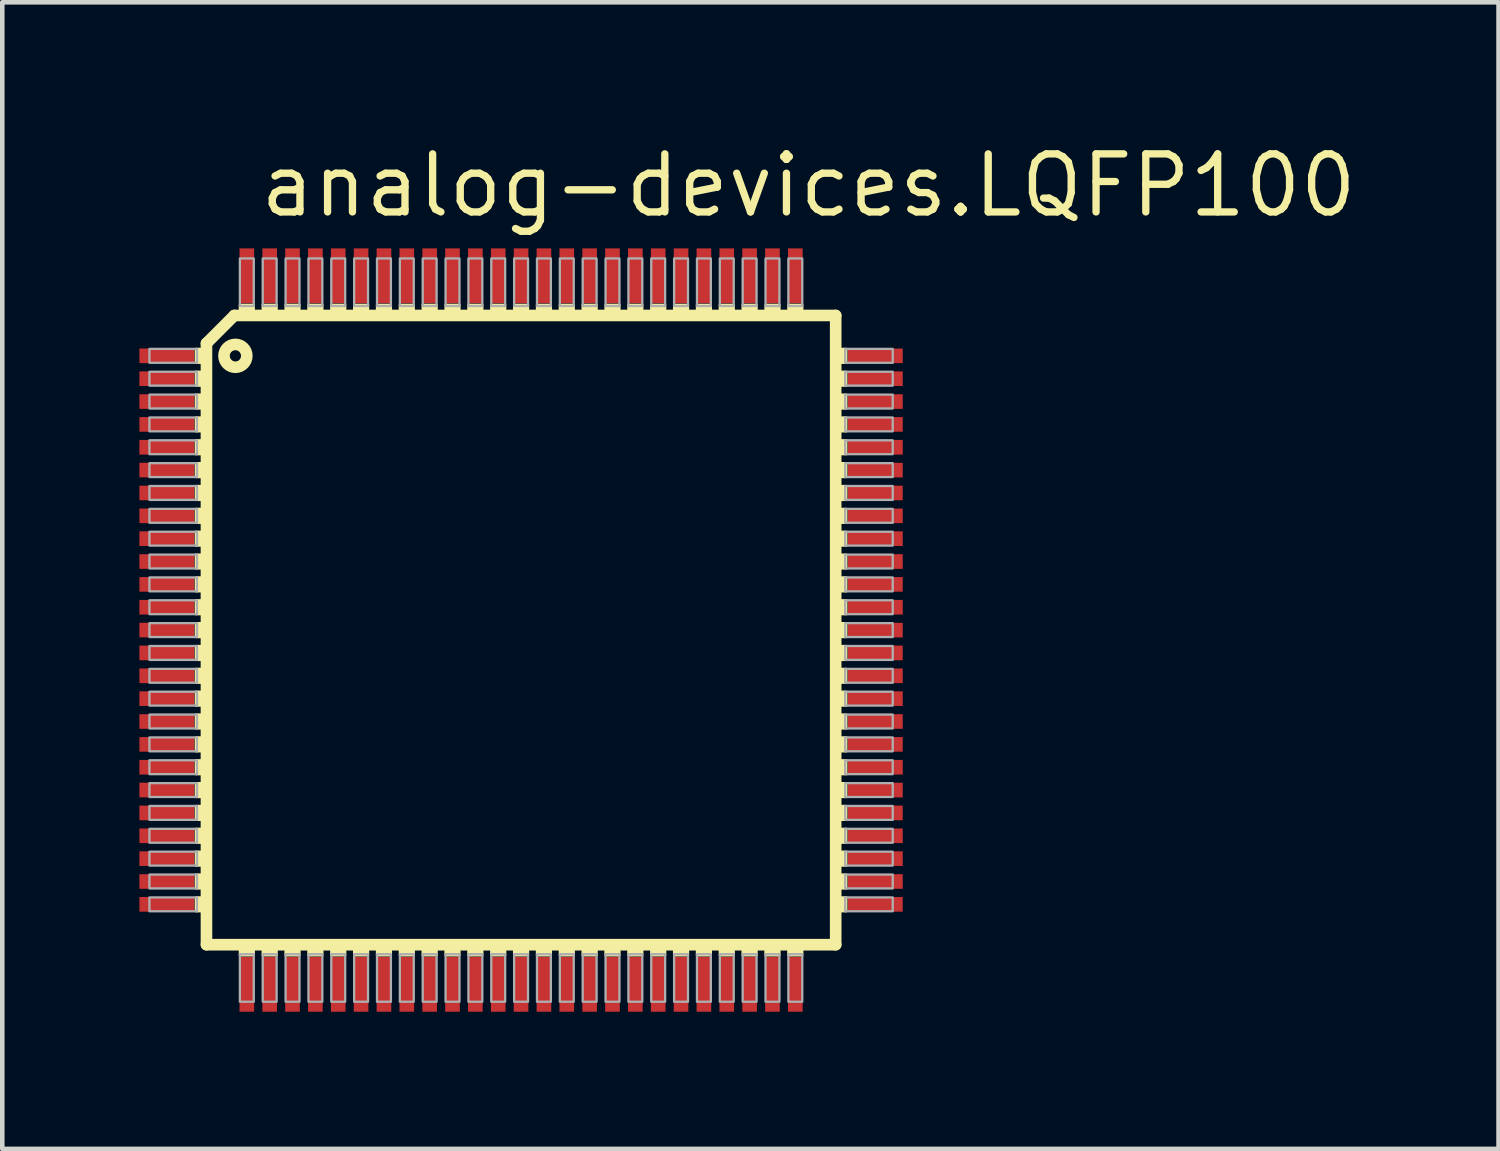
<source format=kicad_pcb>
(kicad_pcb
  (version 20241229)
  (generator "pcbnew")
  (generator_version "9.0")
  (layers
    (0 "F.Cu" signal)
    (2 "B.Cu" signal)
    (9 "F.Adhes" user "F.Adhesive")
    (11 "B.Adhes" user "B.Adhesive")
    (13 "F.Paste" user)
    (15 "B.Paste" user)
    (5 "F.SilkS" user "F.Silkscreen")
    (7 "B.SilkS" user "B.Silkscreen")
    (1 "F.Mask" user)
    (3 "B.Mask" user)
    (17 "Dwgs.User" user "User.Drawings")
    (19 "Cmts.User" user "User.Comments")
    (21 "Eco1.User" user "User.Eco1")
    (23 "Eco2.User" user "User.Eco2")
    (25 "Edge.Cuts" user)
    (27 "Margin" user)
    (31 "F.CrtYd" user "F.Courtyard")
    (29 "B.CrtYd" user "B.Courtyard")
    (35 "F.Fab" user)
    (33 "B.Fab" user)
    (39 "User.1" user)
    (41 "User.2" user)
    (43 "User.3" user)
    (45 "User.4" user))
  (footprint "analog-devices.LQFP100"
    (layer "F.Cu")
    (at 8.35 10.735)
    (property "Reference" "analog-devices.LQFP100" (at -5.79 -8.985 0) (layer "F.SilkS") (effects (font (size 1.27 1.27) (thickness 0.16)) (justify left bottom)))
    (attr smd)
    (fp_line (start -6.883 -6.274) (end -6.274 -6.883) (stroke (width 0.254) (type default)) (layer "F.SilkS"))
    (fp_line (start -6.883 6.883) (end -6.883 -6.274) (stroke (width 0.254) (type default)) (layer "F.SilkS"))
    (fp_line (start -6.274 -6.883) (end 6.883 -6.883) (stroke (width 0.254) (type default)) (layer "F.SilkS"))
    (fp_line (start 6.883 -6.883) (end 6.883 6.883) (stroke (width 0.254) (type default)) (layer "F.SilkS"))
    (fp_line (start 6.883 6.883) (end -6.883 6.883) (stroke (width 0.254) (type default)) (layer "F.SilkS"))
    (fp_rect (start -7.115 -5.848) (end -6.861 -6.152) (stroke (width 0.05) (type default)) (fill yes) (layer "F.SilkS"))
    (fp_rect (start -7.115 -5.348) (end -6.861 -5.652) (stroke (width 0.05) (type default)) (fill yes) (layer "F.SilkS"))
    (fp_rect (start -7.115 -4.848) (end -6.861 -5.152) (stroke (width 0.05) (type default)) (fill yes) (layer "F.SilkS"))
    (fp_rect (start -7.115 -4.348) (end -6.861 -4.652) (stroke (width 0.05) (type default)) (fill yes) (layer "F.SilkS"))
    (fp_rect (start -7.115 -3.848) (end -6.861 -4.152) (stroke (width 0.05) (type default)) (fill yes) (layer "F.SilkS"))
    (fp_rect (start -7.115 -3.348) (end -6.861 -3.652) (stroke (width 0.05) (type default)) (fill yes) (layer "F.SilkS"))
    (fp_rect (start -7.115 -2.848) (end -6.861 -3.152) (stroke (width 0.05) (type default)) (fill yes) (layer "F.SilkS"))
    (fp_rect (start -7.115 -2.348) (end -6.861 -2.652) (stroke (width 0.05) (type default)) (fill yes) (layer "F.SilkS"))
    (fp_rect (start -7.115 -1.848) (end -6.861 -2.152) (stroke (width 0.05) (type default)) (fill yes) (layer "F.SilkS"))
    (fp_rect (start -7.115 -1.348) (end -6.861 -1.652) (stroke (width 0.05) (type default)) (fill yes) (layer "F.SilkS"))
    (fp_rect (start -7.115 -0.848) (end -6.861 -1.152) (stroke (width 0.05) (type default)) (fill yes) (layer "F.SilkS"))
    (fp_rect (start -7.115 -0.348) (end -6.861 -0.652) (stroke (width 0.05) (type default)) (fill yes) (layer "F.SilkS"))
    (fp_rect (start -7.115 0.152) (end -6.861 -0.152) (stroke (width 0.05) (type default)) (fill yes) (layer "F.SilkS"))
    (fp_rect (start -7.115 0.652) (end -6.861 0.348) (stroke (width 0.05) (type default)) (fill yes) (layer "F.SilkS"))
    (fp_rect (start -7.115 1.152) (end -6.861 0.848) (stroke (width 0.05) (type default)) (fill yes) (layer "F.SilkS"))
    (fp_rect (start -7.115 1.652) (end -6.861 1.348) (stroke (width 0.05) (type default)) (fill yes) (layer "F.SilkS"))
    (fp_rect (start -7.115 2.152) (end -6.861 1.848) (stroke (width 0.05) (type default)) (fill yes) (layer "F.SilkS"))
    (fp_rect (start -7.115 2.652) (end -6.861 2.348) (stroke (width 0.05) (type default)) (fill yes) (layer "F.SilkS"))
    (fp_rect (start -7.115 3.152) (end -6.861 2.848) (stroke (width 0.05) (type default)) (fill yes) (layer "F.SilkS"))
    (fp_rect (start -7.115 3.652) (end -6.861 3.348) (stroke (width 0.05) (type default)) (fill yes) (layer "F.SilkS"))
    (fp_rect (start -7.115 4.152) (end -6.861 3.848) (stroke (width 0.05) (type default)) (fill yes) (layer "F.SilkS"))
    (fp_rect (start -7.115 4.652) (end -6.861 4.348) (stroke (width 0.05) (type default)) (fill yes) (layer "F.SilkS"))
    (fp_rect (start -7.115 5.152) (end -6.861 4.848) (stroke (width 0.05) (type default)) (fill yes) (layer "F.SilkS"))
    (fp_rect (start -7.115 5.652) (end -6.861 5.348) (stroke (width 0.05) (type default)) (fill yes) (layer "F.SilkS"))
    (fp_rect (start -7.115 6.152) (end -6.861 5.848) (stroke (width 0.05) (type default)) (fill yes) (layer "F.SilkS"))
    (fp_rect (start -6.152 -6.861) (end -5.848 -7.115) (stroke (width 0.05) (type default)) (fill yes) (layer "F.SilkS"))
    (fp_rect (start -6.152 7.115) (end -5.848 6.861) (stroke (width 0.05) (type default)) (fill yes) (layer "F.SilkS"))
    (fp_rect (start -5.652 -6.861) (end -5.348 -7.115) (stroke (width 0.05) (type default)) (fill yes) (layer "F.SilkS"))
    (fp_rect (start -5.652 7.115) (end -5.348 6.861) (stroke (width 0.05) (type default)) (fill yes) (layer "F.SilkS"))
    (fp_rect (start -5.152 -6.861) (end -4.848 -7.115) (stroke (width 0.05) (type default)) (fill yes) (layer "F.SilkS"))
    (fp_rect (start -5.152 7.115) (end -4.848 6.861) (stroke (width 0.05) (type default)) (fill yes) (layer "F.SilkS"))
    (fp_rect (start -4.652 -6.861) (end -4.348 -7.115) (stroke (width 0.05) (type default)) (fill yes) (layer "F.SilkS"))
    (fp_rect (start -4.652 7.115) (end -4.348 6.861) (stroke (width 0.05) (type default)) (fill yes) (layer "F.SilkS"))
    (fp_rect (start -4.152 -6.861) (end -3.848 -7.115) (stroke (width 0.05) (type default)) (fill yes) (layer "F.SilkS"))
    (fp_rect (start -4.152 7.115) (end -3.848 6.861) (stroke (width 0.05) (type default)) (fill yes) (layer "F.SilkS"))
    (fp_rect (start -3.652 -6.861) (end -3.348 -7.115) (stroke (width 0.05) (type default)) (fill yes) (layer "F.SilkS"))
    (fp_rect (start -3.652 7.115) (end -3.348 6.861) (stroke (width 0.05) (type default)) (fill yes) (layer "F.SilkS"))
    (fp_rect (start -3.152 -6.861) (end -2.848 -7.115) (stroke (width 0.05) (type default)) (fill yes) (layer "F.SilkS"))
    (fp_rect (start -3.152 7.115) (end -2.848 6.861) (stroke (width 0.05) (type default)) (fill yes) (layer "F.SilkS"))
    (fp_rect (start -2.652 -6.861) (end -2.348 -7.115) (stroke (width 0.05) (type default)) (fill yes) (layer "F.SilkS"))
    (fp_rect (start -2.652 7.115) (end -2.348 6.861) (stroke (width 0.05) (type default)) (fill yes) (layer "F.SilkS"))
    (fp_rect (start -2.152 -6.861) (end -1.848 -7.115) (stroke (width 0.05) (type default)) (fill yes) (layer "F.SilkS"))
    (fp_rect (start -2.152 7.115) (end -1.848 6.861) (stroke (width 0.05) (type default)) (fill yes) (layer "F.SilkS"))
    (fp_rect (start -1.652 -6.861) (end -1.348 -7.115) (stroke (width 0.05) (type default)) (fill yes) (layer "F.SilkS"))
    (fp_rect (start -1.652 7.115) (end -1.348 6.861) (stroke (width 0.05) (type default)) (fill yes) (layer "F.SilkS"))
    (fp_rect (start -1.152 -6.861) (end -0.848 -7.115) (stroke (width 0.05) (type default)) (fill yes) (layer "F.SilkS"))
    (fp_rect (start -1.152 7.115) (end -0.848 6.861) (stroke (width 0.05) (type default)) (fill yes) (layer "F.SilkS"))
    (fp_rect (start -0.652 -6.861) (end -0.348 -7.115) (stroke (width 0.05) (type default)) (fill yes) (layer "F.SilkS"))
    (fp_rect (start -0.652 7.115) (end -0.348 6.861) (stroke (width 0.05) (type default)) (fill yes) (layer "F.SilkS"))
    (fp_rect (start -0.152 -6.861) (end 0.152 -7.115) (stroke (width 0.05) (type default)) (fill yes) (layer "F.SilkS"))
    (fp_rect (start -0.152 7.115) (end 0.152 6.861) (stroke (width 0.05) (type default)) (fill yes) (layer "F.SilkS"))
    (fp_rect (start 0.348 -6.861) (end 0.652 -7.115) (stroke (width 0.05) (type default)) (fill yes) (layer "F.SilkS"))
    (fp_rect (start 0.348 7.115) (end 0.652 6.861) (stroke (width 0.05) (type default)) (fill yes) (layer "F.SilkS"))
    (fp_rect (start 0.848 -6.861) (end 1.152 -7.115) (stroke (width 0.05) (type default)) (fill yes) (layer "F.SilkS"))
    (fp_rect (start 0.848 7.115) (end 1.152 6.861) (stroke (width 0.05) (type default)) (fill yes) (layer "F.SilkS"))
    (fp_rect (start 1.348 -6.861) (end 1.652 -7.115) (stroke (width 0.05) (type default)) (fill yes) (layer "F.SilkS"))
    (fp_rect (start 1.348 7.115) (end 1.652 6.861) (stroke (width 0.05) (type default)) (fill yes) (layer "F.SilkS"))
    (fp_rect (start 1.848 -6.861) (end 2.152 -7.115) (stroke (width 0.05) (type default)) (fill yes) (layer "F.SilkS"))
    (fp_rect (start 1.848 7.115) (end 2.152 6.861) (stroke (width 0.05) (type default)) (fill yes) (layer "F.SilkS"))
    (fp_rect (start 2.348 -6.861) (end 2.652 -7.115) (stroke (width 0.05) (type default)) (fill yes) (layer "F.SilkS"))
    (fp_rect (start 2.348 7.115) (end 2.652 6.861) (stroke (width 0.05) (type default)) (fill yes) (layer "F.SilkS"))
    (fp_rect (start 2.848 -6.861) (end 3.152 -7.115) (stroke (width 0.05) (type default)) (fill yes) (layer "F.SilkS"))
    (fp_rect (start 2.848 7.115) (end 3.152 6.861) (stroke (width 0.05) (type default)) (fill yes) (layer "F.SilkS"))
    (fp_rect (start 3.348 -6.861) (end 3.652 -7.115) (stroke (width 0.05) (type default)) (fill yes) (layer "F.SilkS"))
    (fp_rect (start 3.348 7.115) (end 3.652 6.861) (stroke (width 0.05) (type default)) (fill yes) (layer "F.SilkS"))
    (fp_rect (start 3.848 -6.861) (end 4.152 -7.115) (stroke (width 0.05) (type default)) (fill yes) (layer "F.SilkS"))
    (fp_rect (start 3.848 7.115) (end 4.152 6.861) (stroke (width 0.05) (type default)) (fill yes) (layer "F.SilkS"))
    (fp_rect (start 4.348 -6.861) (end 4.652 -7.115) (stroke (width 0.05) (type default)) (fill yes) (layer "F.SilkS"))
    (fp_rect (start 4.348 7.115) (end 4.652 6.861) (stroke (width 0.05) (type default)) (fill yes) (layer "F.SilkS"))
    (fp_rect (start 4.848 -6.861) (end 5.152 -7.115) (stroke (width 0.05) (type default)) (fill yes) (layer "F.SilkS"))
    (fp_rect (start 4.848 7.115) (end 5.152 6.861) (stroke (width 0.05) (type default)) (fill yes) (layer "F.SilkS"))
    (fp_rect (start 5.348 -6.861) (end 5.652 -7.115) (stroke (width 0.05) (type default)) (fill yes) (layer "F.SilkS"))
    (fp_rect (start 5.348 7.115) (end 5.652 6.861) (stroke (width 0.05) (type default)) (fill yes) (layer "F.SilkS"))
    (fp_rect (start 5.848 -6.861) (end 6.152 -7.115) (stroke (width 0.05) (type default)) (fill yes) (layer "F.SilkS"))
    (fp_rect (start 5.848 7.115) (end 6.152 6.861) (stroke (width 0.05) (type default)) (fill yes) (layer "F.SilkS"))
    (fp_rect (start 6.861 -5.848) (end 7.115 -6.152) (stroke (width 0.05) (type default)) (fill yes) (layer "F.SilkS"))
    (fp_rect (start 6.861 -5.348) (end 7.115 -5.652) (stroke (width 0.05) (type default)) (fill yes) (layer "F.SilkS"))
    (fp_rect (start 6.861 -4.848) (end 7.115 -5.152) (stroke (width 0.05) (type default)) (fill yes) (layer "F.SilkS"))
    (fp_rect (start 6.861 -4.348) (end 7.115 -4.652) (stroke (width 0.05) (type default)) (fill yes) (layer "F.SilkS"))
    (fp_rect (start 6.861 -3.848) (end 7.115 -4.152) (stroke (width 0.05) (type default)) (fill yes) (layer "F.SilkS"))
    (fp_rect (start 6.861 -3.348) (end 7.115 -3.652) (stroke (width 0.05) (type default)) (fill yes) (layer "F.SilkS"))
    (fp_rect (start 6.861 -2.848) (end 7.115 -3.152) (stroke (width 0.05) (type default)) (fill yes) (layer "F.SilkS"))
    (fp_rect (start 6.861 -2.348) (end 7.115 -2.652) (stroke (width 0.05) (type default)) (fill yes) (layer "F.SilkS"))
    (fp_rect (start 6.861 -1.848) (end 7.115 -2.152) (stroke (width 0.05) (type default)) (fill yes) (layer "F.SilkS"))
    (fp_rect (start 6.861 -1.348) (end 7.115 -1.652) (stroke (width 0.05) (type default)) (fill yes) (layer "F.SilkS"))
    (fp_rect (start 6.861 -0.848) (end 7.115 -1.152) (stroke (width 0.05) (type default)) (fill yes) (layer "F.SilkS"))
    (fp_rect (start 6.861 -0.348) (end 7.115 -0.652) (stroke (width 0.05) (type default)) (fill yes) (layer "F.SilkS"))
    (fp_rect (start 6.861 0.152) (end 7.115 -0.152) (stroke (width 0.05) (type default)) (fill yes) (layer "F.SilkS"))
    (fp_rect (start 6.861 0.652) (end 7.115 0.348) (stroke (width 0.05) (type default)) (fill yes) (layer "F.SilkS"))
    (fp_rect (start 6.861 1.152) (end 7.115 0.848) (stroke (width 0.05) (type default)) (fill yes) (layer "F.SilkS"))
    (fp_rect (start 6.861 1.652) (end 7.115 1.348) (stroke (width 0.05) (type default)) (fill yes) (layer "F.SilkS"))
    (fp_rect (start 6.861 2.152) (end 7.115 1.848) (stroke (width 0.05) (type default)) (fill yes) (layer "F.SilkS"))
    (fp_rect (start 6.861 2.652) (end 7.115 2.348) (stroke (width 0.05) (type default)) (fill yes) (layer "F.SilkS"))
    (fp_rect (start 6.861 3.152) (end 7.115 2.848) (stroke (width 0.05) (type default)) (fill yes) (layer "F.SilkS"))
    (fp_rect (start 6.861 3.652) (end 7.115 3.348) (stroke (width 0.05) (type default)) (fill yes) (layer "F.SilkS"))
    (fp_rect (start 6.861 4.152) (end 7.115 3.848) (stroke (width 0.05) (type default)) (fill yes) (layer "F.SilkS"))
    (fp_rect (start 6.861 4.652) (end 7.115 4.348) (stroke (width 0.05) (type default)) (fill yes) (layer "F.SilkS"))
    (fp_rect (start 6.861 5.152) (end 7.115 4.848) (stroke (width 0.05) (type default)) (fill yes) (layer "F.SilkS"))
    (fp_rect (start 6.861 5.652) (end 7.115 5.348) (stroke (width 0.05) (type default)) (fill yes) (layer "F.SilkS"))
    (fp_rect (start 6.861 6.152) (end 7.115 5.848) (stroke (width 0.05) (type default)) (fill yes) (layer "F.SilkS"))
    (fp_circle (center -6.25 -6) (end -6 -6) (stroke (width 0.254) (type default)) (fill no) (layer "F.SilkS"))
    (fp_rect (start -8.131 -5.848) (end -7.09 -6.152) (stroke (width 0.05) (type default)) (fill no) (layer "F.Fab"))
    (fp_rect (start -8.131 -5.348) (end -7.09 -5.652) (stroke (width 0.05) (type default)) (fill no) (layer "F.Fab"))
    (fp_rect (start -8.131 -4.848) (end -7.09 -5.152) (stroke (width 0.05) (type default)) (fill no) (layer "F.Fab"))
    (fp_rect (start -8.131 -4.348) (end -7.09 -4.652) (stroke (width 0.05) (type default)) (fill no) (layer "F.Fab"))
    (fp_rect (start -8.131 -3.848) (end -7.09 -4.152) (stroke (width 0.05) (type default)) (fill no) (layer "F.Fab"))
    (fp_rect (start -8.131 -3.348) (end -7.09 -3.652) (stroke (width 0.05) (type default)) (fill no) (layer "F.Fab"))
    (fp_rect (start -8.131 -2.848) (end -7.09 -3.152) (stroke (width 0.05) (type default)) (fill no) (layer "F.Fab"))
    (fp_rect (start -8.131 -2.348) (end -7.09 -2.652) (stroke (width 0.05) (type default)) (fill no) (layer "F.Fab"))
    (fp_rect (start -8.131 -1.848) (end -7.09 -2.152) (stroke (width 0.05) (type default)) (fill no) (layer "F.Fab"))
    (fp_rect (start -8.131 -1.348) (end -7.09 -1.652) (stroke (width 0.05) (type default)) (fill no) (layer "F.Fab"))
    (fp_rect (start -8.131 -0.848) (end -7.09 -1.152) (stroke (width 0.05) (type default)) (fill no) (layer "F.Fab"))
    (fp_rect (start -8.131 -0.348) (end -7.09 -0.652) (stroke (width 0.05) (type default)) (fill no) (layer "F.Fab"))
    (fp_rect (start -8.131 0.152) (end -7.09 -0.152) (stroke (width 0.05) (type default)) (fill no) (layer "F.Fab"))
    (fp_rect (start -8.131 0.652) (end -7.09 0.348) (stroke (width 0.05) (type default)) (fill no) (layer "F.Fab"))
    (fp_rect (start -8.131 1.152) (end -7.09 0.848) (stroke (width 0.05) (type default)) (fill no) (layer "F.Fab"))
    (fp_rect (start -8.131 1.652) (end -7.09 1.348) (stroke (width 0.05) (type default)) (fill no) (layer "F.Fab"))
    (fp_rect (start -8.131 2.152) (end -7.09 1.848) (stroke (width 0.05) (type default)) (fill no) (layer "F.Fab"))
    (fp_rect (start -8.131 2.652) (end -7.09 2.348) (stroke (width 0.05) (type default)) (fill no) (layer "F.Fab"))
    (fp_rect (start -8.131 3.152) (end -7.09 2.848) (stroke (width 0.05) (type default)) (fill no) (layer "F.Fab"))
    (fp_rect (start -8.131 3.652) (end -7.09 3.348) (stroke (width 0.05) (type default)) (fill no) (layer "F.Fab"))
    (fp_rect (start -8.131 4.152) (end -7.09 3.848) (stroke (width 0.05) (type default)) (fill no) (layer "F.Fab"))
    (fp_rect (start -8.131 4.652) (end -7.09 4.348) (stroke (width 0.05) (type default)) (fill no) (layer "F.Fab"))
    (fp_rect (start -8.131 5.152) (end -7.09 4.848) (stroke (width 0.05) (type default)) (fill no) (layer "F.Fab"))
    (fp_rect (start -8.131 5.652) (end -7.09 5.348) (stroke (width 0.05) (type default)) (fill no) (layer "F.Fab"))
    (fp_rect (start -8.131 6.152) (end -7.09 5.848) (stroke (width 0.05) (type default)) (fill no) (layer "F.Fab"))
    (fp_rect (start -6.152 -7.09) (end -5.848 -8.131) (stroke (width 0.05) (type default)) (fill no) (layer "F.Fab"))
    (fp_rect (start -6.152 8.131) (end -5.848 7.09) (stroke (width 0.05) (type default)) (fill no) (layer "F.Fab"))
    (fp_rect (start -5.652 -7.09) (end -5.348 -8.131) (stroke (width 0.05) (type default)) (fill no) (layer "F.Fab"))
    (fp_rect (start -5.652 8.131) (end -5.348 7.09) (stroke (width 0.05) (type default)) (fill no) (layer "F.Fab"))
    (fp_rect (start -5.152 -7.09) (end -4.848 -8.131) (stroke (width 0.05) (type default)) (fill no) (layer "F.Fab"))
    (fp_rect (start -5.152 8.131) (end -4.848 7.09) (stroke (width 0.05) (type default)) (fill no) (layer "F.Fab"))
    (fp_rect (start -4.652 -7.09) (end -4.348 -8.131) (stroke (width 0.05) (type default)) (fill no) (layer "F.Fab"))
    (fp_rect (start -4.652 8.131) (end -4.348 7.09) (stroke (width 0.05) (type default)) (fill no) (layer "F.Fab"))
    (fp_rect (start -4.152 -7.09) (end -3.848 -8.131) (stroke (width 0.05) (type default)) (fill no) (layer "F.Fab"))
    (fp_rect (start -4.152 8.131) (end -3.848 7.09) (stroke (width 0.05) (type default)) (fill no) (layer "F.Fab"))
    (fp_rect (start -3.652 -7.09) (end -3.348 -8.131) (stroke (width 0.05) (type default)) (fill no) (layer "F.Fab"))
    (fp_rect (start -3.652 8.131) (end -3.348 7.09) (stroke (width 0.05) (type default)) (fill no) (layer "F.Fab"))
    (fp_rect (start -3.152 -7.09) (end -2.848 -8.131) (stroke (width 0.05) (type default)) (fill no) (layer "F.Fab"))
    (fp_rect (start -3.152 8.131) (end -2.848 7.09) (stroke (width 0.05) (type default)) (fill no) (layer "F.Fab"))
    (fp_rect (start -2.652 -7.09) (end -2.348 -8.131) (stroke (width 0.05) (type default)) (fill no) (layer "F.Fab"))
    (fp_rect (start -2.652 8.131) (end -2.348 7.09) (stroke (width 0.05) (type default)) (fill no) (layer "F.Fab"))
    (fp_rect (start -2.152 -7.09) (end -1.848 -8.131) (stroke (width 0.05) (type default)) (fill no) (layer "F.Fab"))
    (fp_rect (start -2.152 8.131) (end -1.848 7.09) (stroke (width 0.05) (type default)) (fill no) (layer "F.Fab"))
    (fp_rect (start -1.652 -7.09) (end -1.348 -8.131) (stroke (width 0.05) (type default)) (fill no) (layer "F.Fab"))
    (fp_rect (start -1.652 8.131) (end -1.348 7.09) (stroke (width 0.05) (type default)) (fill no) (layer "F.Fab"))
    (fp_rect (start -1.152 -7.09) (end -0.848 -8.131) (stroke (width 0.05) (type default)) (fill no) (layer "F.Fab"))
    (fp_rect (start -1.152 8.131) (end -0.848 7.09) (stroke (width 0.05) (type default)) (fill no) (layer "F.Fab"))
    (fp_rect (start -0.652 -7.09) (end -0.348 -8.131) (stroke (width 0.05) (type default)) (fill no) (layer "F.Fab"))
    (fp_rect (start -0.652 8.131) (end -0.348 7.09) (stroke (width 0.05) (type default)) (fill no) (layer "F.Fab"))
    (fp_rect (start -0.152 -7.09) (end 0.152 -8.131) (stroke (width 0.05) (type default)) (fill no) (layer "F.Fab"))
    (fp_rect (start -0.152 8.131) (end 0.152 7.09) (stroke (width 0.05) (type default)) (fill no) (layer "F.Fab"))
    (fp_rect (start 0.348 -7.09) (end 0.652 -8.131) (stroke (width 0.05) (type default)) (fill no) (layer "F.Fab"))
    (fp_rect (start 0.348 8.131) (end 0.652 7.09) (stroke (width 0.05) (type default)) (fill no) (layer "F.Fab"))
    (fp_rect (start 0.848 -7.09) (end 1.152 -8.131) (stroke (width 0.05) (type default)) (fill no) (layer "F.Fab"))
    (fp_rect (start 0.848 8.131) (end 1.152 7.09) (stroke (width 0.05) (type default)) (fill no) (layer "F.Fab"))
    (fp_rect (start 1.348 -7.09) (end 1.652 -8.131) (stroke (width 0.05) (type default)) (fill no) (layer "F.Fab"))
    (fp_rect (start 1.348 8.131) (end 1.652 7.09) (stroke (width 0.05) (type default)) (fill no) (layer "F.Fab"))
    (fp_rect (start 1.848 -7.09) (end 2.152 -8.131) (stroke (width 0.05) (type default)) (fill no) (layer "F.Fab"))
    (fp_rect (start 1.848 8.131) (end 2.152 7.09) (stroke (width 0.05) (type default)) (fill no) (layer "F.Fab"))
    (fp_rect (start 2.348 -7.09) (end 2.652 -8.131) (stroke (width 0.05) (type default)) (fill no) (layer "F.Fab"))
    (fp_rect (start 2.348 8.131) (end 2.652 7.09) (stroke (width 0.05) (type default)) (fill no) (layer "F.Fab"))
    (fp_rect (start 2.848 -7.09) (end 3.152 -8.131) (stroke (width 0.05) (type default)) (fill no) (layer "F.Fab"))
    (fp_rect (start 2.848 8.131) (end 3.152 7.09) (stroke (width 0.05) (type default)) (fill no) (layer "F.Fab"))
    (fp_rect (start 3.348 -7.09) (end 3.652 -8.131) (stroke (width 0.05) (type default)) (fill no) (layer "F.Fab"))
    (fp_rect (start 3.348 8.131) (end 3.652 7.09) (stroke (width 0.05) (type default)) (fill no) (layer "F.Fab"))
    (fp_rect (start 3.848 -7.09) (end 4.152 -8.131) (stroke (width 0.05) (type default)) (fill no) (layer "F.Fab"))
    (fp_rect (start 3.848 8.131) (end 4.152 7.09) (stroke (width 0.05) (type default)) (fill no) (layer "F.Fab"))
    (fp_rect (start 4.348 -7.09) (end 4.652 -8.131) (stroke (width 0.05) (type default)) (fill no) (layer "F.Fab"))
    (fp_rect (start 4.348 8.131) (end 4.652 7.09) (stroke (width 0.05) (type default)) (fill no) (layer "F.Fab"))
    (fp_rect (start 4.848 -7.09) (end 5.152 -8.131) (stroke (width 0.05) (type default)) (fill no) (layer "F.Fab"))
    (fp_rect (start 4.848 8.131) (end 5.152 7.09) (stroke (width 0.05) (type default)) (fill no) (layer "F.Fab"))
    (fp_rect (start 5.348 -7.09) (end 5.652 -8.131) (stroke (width 0.05) (type default)) (fill no) (layer "F.Fab"))
    (fp_rect (start 5.348 8.131) (end 5.652 7.09) (stroke (width 0.05) (type default)) (fill no) (layer "F.Fab"))
    (fp_rect (start 5.848 -7.09) (end 6.152 -8.131) (stroke (width 0.05) (type default)) (fill no) (layer "F.Fab"))
    (fp_rect (start 5.848 8.131) (end 6.152 7.09) (stroke (width 0.05) (type default)) (fill no) (layer "F.Fab"))
    (fp_rect (start 7.09 -5.848) (end 8.131 -6.152) (stroke (width 0.05) (type default)) (fill no) (layer "F.Fab"))
    (fp_rect (start 7.09 -5.348) (end 8.131 -5.652) (stroke (width 0.05) (type default)) (fill no) (layer "F.Fab"))
    (fp_rect (start 7.09 -4.848) (end 8.131 -5.152) (stroke (width 0.05) (type default)) (fill no) (layer "F.Fab"))
    (fp_rect (start 7.09 -4.348) (end 8.131 -4.652) (stroke (width 0.05) (type default)) (fill no) (layer "F.Fab"))
    (fp_rect (start 7.09 -3.848) (end 8.131 -4.152) (stroke (width 0.05) (type default)) (fill no) (layer "F.Fab"))
    (fp_rect (start 7.09 -3.348) (end 8.131 -3.652) (stroke (width 0.05) (type default)) (fill no) (layer "F.Fab"))
    (fp_rect (start 7.09 -2.848) (end 8.131 -3.152) (stroke (width 0.05) (type default)) (fill no) (layer "F.Fab"))
    (fp_rect (start 7.09 -2.348) (end 8.131 -2.652) (stroke (width 0.05) (type default)) (fill no) (layer "F.Fab"))
    (fp_rect (start 7.09 -1.848) (end 8.131 -2.152) (stroke (width 0.05) (type default)) (fill no) (layer "F.Fab"))
    (fp_rect (start 7.09 -1.348) (end 8.131 -1.652) (stroke (width 0.05) (type default)) (fill no) (layer "F.Fab"))
    (fp_rect (start 7.09 -0.848) (end 8.131 -1.152) (stroke (width 0.05) (type default)) (fill no) (layer "F.Fab"))
    (fp_rect (start 7.09 -0.348) (end 8.131 -0.652) (stroke (width 0.05) (type default)) (fill no) (layer "F.Fab"))
    (fp_rect (start 7.09 0.152) (end 8.131 -0.152) (stroke (width 0.05) (type default)) (fill no) (layer "F.Fab"))
    (fp_rect (start 7.09 0.652) (end 8.131 0.348) (stroke (width 0.05) (type default)) (fill no) (layer "F.Fab"))
    (fp_rect (start 7.09 1.152) (end 8.131 0.848) (stroke (width 0.05) (type default)) (fill no) (layer "F.Fab"))
    (fp_rect (start 7.09 1.652) (end 8.131 1.348) (stroke (width 0.05) (type default)) (fill no) (layer "F.Fab"))
    (fp_rect (start 7.09 2.152) (end 8.131 1.848) (stroke (width 0.05) (type default)) (fill no) (layer "F.Fab"))
    (fp_rect (start 7.09 2.652) (end 8.131 2.348) (stroke (width 0.05) (type default)) (fill no) (layer "F.Fab"))
    (fp_rect (start 7.09 3.152) (end 8.131 2.848) (stroke (width 0.05) (type default)) (fill no) (layer "F.Fab"))
    (fp_rect (start 7.09 3.652) (end 8.131 3.348) (stroke (width 0.05) (type default)) (fill no) (layer "F.Fab"))
    (fp_rect (start 7.09 4.152) (end 8.131 3.848) (stroke (width 0.05) (type default)) (fill no) (layer "F.Fab"))
    (fp_rect (start 7.09 4.652) (end 8.131 4.348) (stroke (width 0.05) (type default)) (fill no) (layer "F.Fab"))
    (fp_rect (start 7.09 5.152) (end 8.131 4.848) (stroke (width 0.05) (type default)) (fill no) (layer "F.Fab"))
    (fp_rect (start 7.09 5.652) (end 8.131 5.348) (stroke (width 0.05) (type default)) (fill no) (layer "F.Fab"))
    (fp_rect (start 7.09 6.152) (end 8.131 5.848) (stroke (width 0.05) (type default)) (fill no) (layer "F.Fab"))
    (pad "1" smd roundrect (at -7.75 -6) (size 1.2 0.32) (layers "F.Cu" "F.Mask" "F.Paste") (roundrect_rratio 0.01))
    (pad "2" smd roundrect (at -7.75 -5.5) (size 1.2 0.32) (layers "F.Cu" "F.Mask" "F.Paste") (roundrect_rratio 0.01))
    (pad "3" smd roundrect (at -7.75 -5) (size 1.2 0.32) (layers "F.Cu" "F.Mask" "F.Paste") (roundrect_rratio 0.01))
    (pad "4" smd roundrect (at -7.75 -4.5) (size 1.2 0.32) (layers "F.Cu" "F.Mask" "F.Paste") (roundrect_rratio 0.01))
    (pad "5" smd roundrect (at -7.75 -4) (size 1.2 0.32) (layers "F.Cu" "F.Mask" "F.Paste") (roundrect_rratio 0.01))
    (pad "6" smd roundrect (at -7.75 -3.5) (size 1.2 0.32) (layers "F.Cu" "F.Mask" "F.Paste") (roundrect_rratio 0.01))
    (pad "7" smd roundrect (at -7.75 -3) (size 1.2 0.32) (layers "F.Cu" "F.Mask" "F.Paste") (roundrect_rratio 0.01))
    (pad "8" smd roundrect (at -7.75 -2.5) (size 1.2 0.32) (layers "F.Cu" "F.Mask" "F.Paste") (roundrect_rratio 0.01))
    (pad "9" smd roundrect (at -7.75 -2) (size 1.2 0.32) (layers "F.Cu" "F.Mask" "F.Paste") (roundrect_rratio 0.01))
    (pad "10" smd roundrect (at -7.75 -1.5) (size 1.2 0.32) (layers "F.Cu" "F.Mask" "F.Paste") (roundrect_rratio 0.01))
    (pad "11" smd roundrect (at -7.75 -1) (size 1.2 0.32) (layers "F.Cu" "F.Mask" "F.Paste") (roundrect_rratio 0.01))
    (pad "12" smd roundrect (at -7.75 -0.5) (size 1.2 0.32) (layers "F.Cu" "F.Mask" "F.Paste") (roundrect_rratio 0.01))
    (pad "13" smd roundrect (at -7.75 0) (size 1.2 0.32) (layers "F.Cu" "F.Mask" "F.Paste") (roundrect_rratio 0.01))
    (pad "14" smd roundrect (at -7.75 0.5) (size 1.2 0.32) (layers "F.Cu" "F.Mask" "F.Paste") (roundrect_rratio 0.01))
    (pad "15" smd roundrect (at -7.75 1) (size 1.2 0.32) (layers "F.Cu" "F.Mask" "F.Paste") (roundrect_rratio 0.01))
    (pad "16" smd roundrect (at -7.75 1.5) (size 1.2 0.32) (layers "F.Cu" "F.Mask" "F.Paste") (roundrect_rratio 0.01))
    (pad "17" smd roundrect (at -7.75 2) (size 1.2 0.32) (layers "F.Cu" "F.Mask" "F.Paste") (roundrect_rratio 0.01))
    (pad "18" smd roundrect (at -7.75 2.5) (size 1.2 0.32) (layers "F.Cu" "F.Mask" "F.Paste") (roundrect_rratio 0.01))
    (pad "19" smd roundrect (at -7.75 3) (size 1.2 0.32) (layers "F.Cu" "F.Mask" "F.Paste") (roundrect_rratio 0.01))
    (pad "20" smd roundrect (at -7.75 3.5) (size 1.2 0.32) (layers "F.Cu" "F.Mask" "F.Paste") (roundrect_rratio 0.01))
    (pad "21" smd roundrect (at -7.75 4) (size 1.2 0.32) (layers "F.Cu" "F.Mask" "F.Paste") (roundrect_rratio 0.01))
    (pad "22" smd roundrect (at -7.75 4.5) (size 1.2 0.32) (layers "F.Cu" "F.Mask" "F.Paste") (roundrect_rratio 0.01))
    (pad "23" smd roundrect (at -7.75 5) (size 1.2 0.32) (layers "F.Cu" "F.Mask" "F.Paste") (roundrect_rratio 0.01))
    (pad "24" smd roundrect (at -7.75 5.5) (size 1.2 0.32) (layers "F.Cu" "F.Mask" "F.Paste") (roundrect_rratio 0.01))
    (pad "25" smd roundrect (at -7.75 6) (size 1.2 0.32) (layers "F.Cu" "F.Mask" "F.Paste") (roundrect_rratio 0.01))
    (pad "26" smd roundrect (at -6 7.75) (size 0.32 1.2) (layers "F.Cu" "F.Mask" "F.Paste") (roundrect_rratio 0.01))
    (pad "27" smd roundrect (at -5.5 7.75) (size 0.32 1.2) (layers "F.Cu" "F.Mask" "F.Paste") (roundrect_rratio 0.01))
    (pad "28" smd roundrect (at -5 7.75) (size 0.32 1.2) (layers "F.Cu" "F.Mask" "F.Paste") (roundrect_rratio 0.01))
    (pad "29" smd roundrect (at -4.5 7.75) (size 0.32 1.2) (layers "F.Cu" "F.Mask" "F.Paste") (roundrect_rratio 0.01))
    (pad "30" smd roundrect (at -4 7.75) (size 0.32 1.2) (layers "F.Cu" "F.Mask" "F.Paste") (roundrect_rratio 0.01))
    (pad "31" smd roundrect (at -3.5 7.75) (size 0.32 1.2) (layers "F.Cu" "F.Mask" "F.Paste") (roundrect_rratio 0.01))
    (pad "32" smd roundrect (at -3 7.75) (size 0.32 1.2) (layers "F.Cu" "F.Mask" "F.Paste") (roundrect_rratio 0.01))
    (pad "33" smd roundrect (at -2.5 7.75) (size 0.32 1.2) (layers "F.Cu" "F.Mask" "F.Paste") (roundrect_rratio 0.01))
    (pad "34" smd roundrect (at -2 7.75) (size 0.32 1.2) (layers "F.Cu" "F.Mask" "F.Paste") (roundrect_rratio 0.01))
    (pad "35" smd roundrect (at -1.5 7.75) (size 0.32 1.2) (layers "F.Cu" "F.Mask" "F.Paste") (roundrect_rratio 0.01))
    (pad "36" smd roundrect (at -1 7.75) (size 0.32 1.2) (layers "F.Cu" "F.Mask" "F.Paste") (roundrect_rratio 0.01))
    (pad "37" smd roundrect (at -0.5 7.75) (size 0.32 1.2) (layers "F.Cu" "F.Mask" "F.Paste") (roundrect_rratio 0.01))
    (pad "38" smd roundrect (at 0 7.75) (size 0.32 1.2) (layers "F.Cu" "F.Mask" "F.Paste") (roundrect_rratio 0.01))
    (pad "39" smd roundrect (at 0.5 7.75) (size 0.32 1.2) (layers "F.Cu" "F.Mask" "F.Paste") (roundrect_rratio 0.01))
    (pad "40" smd roundrect (at 1 7.75) (size 0.32 1.2) (layers "F.Cu" "F.Mask" "F.Paste") (roundrect_rratio 0.01))
    (pad "41" smd roundrect (at 1.5 7.75) (size 0.32 1.2) (layers "F.Cu" "F.Mask" "F.Paste") (roundrect_rratio 0.01))
    (pad "42" smd roundrect (at 2 7.75) (size 0.32 1.2) (layers "F.Cu" "F.Mask" "F.Paste") (roundrect_rratio 0.01))
    (pad "43" smd roundrect (at 2.5 7.75) (size 0.32 1.2) (layers "F.Cu" "F.Mask" "F.Paste") (roundrect_rratio 0.01))
    (pad "44" smd roundrect (at 3 7.75) (size 0.32 1.2) (layers "F.Cu" "F.Mask" "F.Paste") (roundrect_rratio 0.01))
    (pad "45" smd roundrect (at 3.5 7.75) (size 0.32 1.2) (layers "F.Cu" "F.Mask" "F.Paste") (roundrect_rratio 0.01))
    (pad "46" smd roundrect (at 4 7.75) (size 0.32 1.2) (layers "F.Cu" "F.Mask" "F.Paste") (roundrect_rratio 0.01))
    (pad "47" smd roundrect (at 4.5 7.75) (size 0.32 1.2) (layers "F.Cu" "F.Mask" "F.Paste") (roundrect_rratio 0.01))
    (pad "48" smd roundrect (at 5 7.75) (size 0.32 1.2) (layers "F.Cu" "F.Mask" "F.Paste") (roundrect_rratio 0.01))
    (pad "49" smd roundrect (at 5.5 7.75) (size 0.32 1.2) (layers "F.Cu" "F.Mask" "F.Paste") (roundrect_rratio 0.01))
    (pad "50" smd roundrect (at 6 7.75) (size 0.32 1.2) (layers "F.Cu" "F.Mask" "F.Paste") (roundrect_rratio 0.01))
    (pad "51" smd roundrect (at 7.75 6) (size 1.2 0.32) (layers "F.Cu" "F.Mask" "F.Paste") (roundrect_rratio 0.01))
    (pad "52" smd roundrect (at 7.75 5.5) (size 1.2 0.32) (layers "F.Cu" "F.Mask" "F.Paste") (roundrect_rratio 0.01))
    (pad "53" smd roundrect (at 7.75 5) (size 1.2 0.32) (layers "F.Cu" "F.Mask" "F.Paste") (roundrect_rratio 0.01))
    (pad "54" smd roundrect (at 7.75 4.5) (size 1.2 0.32) (layers "F.Cu" "F.Mask" "F.Paste") (roundrect_rratio 0.01))
    (pad "55" smd roundrect (at 7.75 4) (size 1.2 0.32) (layers "F.Cu" "F.Mask" "F.Paste") (roundrect_rratio 0.01))
    (pad "56" smd roundrect (at 7.75 3.5) (size 1.2 0.32) (layers "F.Cu" "F.Mask" "F.Paste") (roundrect_rratio 0.01))
    (pad "57" smd roundrect (at 7.75 3) (size 1.2 0.32) (layers "F.Cu" "F.Mask" "F.Paste") (roundrect_rratio 0.01))
    (pad "58" smd roundrect (at 7.75 2.5) (size 1.2 0.32) (layers "F.Cu" "F.Mask" "F.Paste") (roundrect_rratio 0.01))
    (pad "59" smd roundrect (at 7.75 2) (size 1.2 0.32) (layers "F.Cu" "F.Mask" "F.Paste") (roundrect_rratio 0.01))
    (pad "60" smd roundrect (at 7.75 1.5) (size 1.2 0.32) (layers "F.Cu" "F.Mask" "F.Paste") (roundrect_rratio 0.01))
    (pad "61" smd roundrect (at 7.75 1) (size 1.2 0.32) (layers "F.Cu" "F.Mask" "F.Paste") (roundrect_rratio 0.01))
    (pad "62" smd roundrect (at 7.75 0.5) (size 1.2 0.32) (layers "F.Cu" "F.Mask" "F.Paste") (roundrect_rratio 0.01))
    (pad "63" smd roundrect (at 7.75 0) (size 1.2 0.32) (layers "F.Cu" "F.Mask" "F.Paste") (roundrect_rratio 0.01))
    (pad "64" smd roundrect (at 7.75 -0.5) (size 1.2 0.32) (layers "F.Cu" "F.Mask" "F.Paste") (roundrect_rratio 0.01))
    (pad "65" smd roundrect (at 7.75 -1) (size 1.2 0.32) (layers "F.Cu" "F.Mask" "F.Paste") (roundrect_rratio 0.01))
    (pad "66" smd roundrect (at 7.75 -1.5) (size 1.2 0.32) (layers "F.Cu" "F.Mask" "F.Paste") (roundrect_rratio 0.01))
    (pad "67" smd roundrect (at 7.75 -2) (size 1.2 0.32) (layers "F.Cu" "F.Mask" "F.Paste") (roundrect_rratio 0.01))
    (pad "68" smd roundrect (at 7.75 -2.5) (size 1.2 0.32) (layers "F.Cu" "F.Mask" "F.Paste") (roundrect_rratio 0.01))
    (pad "69" smd roundrect (at 7.75 -3) (size 1.2 0.32) (layers "F.Cu" "F.Mask" "F.Paste") (roundrect_rratio 0.01))
    (pad "70" smd roundrect (at 7.75 -3.5) (size 1.2 0.32) (layers "F.Cu" "F.Mask" "F.Paste") (roundrect_rratio 0.01))
    (pad "71" smd roundrect (at 7.75 -4) (size 1.2 0.32) (layers "F.Cu" "F.Mask" "F.Paste") (roundrect_rratio 0.01))
    (pad "72" smd roundrect (at 7.75 -4.5) (size 1.2 0.32) (layers "F.Cu" "F.Mask" "F.Paste") (roundrect_rratio 0.01))
    (pad "73" smd roundrect (at 7.75 -5) (size 1.2 0.32) (layers "F.Cu" "F.Mask" "F.Paste") (roundrect_rratio 0.01))
    (pad "74" smd roundrect (at 7.75 -5.5) (size 1.2 0.32) (layers "F.Cu" "F.Mask" "F.Paste") (roundrect_rratio 0.01))
    (pad "75" smd roundrect (at 7.75 -6) (size 1.2 0.32) (layers "F.Cu" "F.Mask" "F.Paste") (roundrect_rratio 0.01))
    (pad "76" smd roundrect (at 6 -7.75) (size 0.32 1.2) (layers "F.Cu" "F.Mask" "F.Paste") (roundrect_rratio 0.01))
    (pad "77" smd roundrect (at 5.5 -7.75) (size 0.32 1.2) (layers "F.Cu" "F.Mask" "F.Paste") (roundrect_rratio 0.01))
    (pad "78" smd roundrect (at 5 -7.75) (size 0.32 1.2) (layers "F.Cu" "F.Mask" "F.Paste") (roundrect_rratio 0.01))
    (pad "79" smd roundrect (at 4.5 -7.75) (size 0.32 1.2) (layers "F.Cu" "F.Mask" "F.Paste") (roundrect_rratio 0.01))
    (pad "80" smd roundrect (at 4 -7.75) (size 0.32 1.2) (layers "F.Cu" "F.Mask" "F.Paste") (roundrect_rratio 0.01))
    (pad "81" smd roundrect (at 3.5 -7.75) (size 0.32 1.2) (layers "F.Cu" "F.Mask" "F.Paste") (roundrect_rratio 0.01))
    (pad "82" smd roundrect (at 3 -7.75) (size 0.32 1.2) (layers "F.Cu" "F.Mask" "F.Paste") (roundrect_rratio 0.01))
    (pad "83" smd roundrect (at 2.5 -7.75) (size 0.32 1.2) (layers "F.Cu" "F.Mask" "F.Paste") (roundrect_rratio 0.01))
    (pad "84" smd roundrect (at 2 -7.75) (size 0.32 1.2) (layers "F.Cu" "F.Mask" "F.Paste") (roundrect_rratio 0.01))
    (pad "85" smd roundrect (at 1.5 -7.75) (size 0.32 1.2) (layers "F.Cu" "F.Mask" "F.Paste") (roundrect_rratio 0.01))
    (pad "86" smd roundrect (at 1 -7.75) (size 0.32 1.2) (layers "F.Cu" "F.Mask" "F.Paste") (roundrect_rratio 0.01))
    (pad "87" smd roundrect (at 0.5 -7.75) (size 0.32 1.2) (layers "F.Cu" "F.Mask" "F.Paste") (roundrect_rratio 0.01))
    (pad "88" smd roundrect (at 0 -7.75) (size 0.32 1.2) (layers "F.Cu" "F.Mask" "F.Paste") (roundrect_rratio 0.01))
    (pad "89" smd roundrect (at -0.5 -7.75) (size 0.32 1.2) (layers "F.Cu" "F.Mask" "F.Paste") (roundrect_rratio 0.01))
    (pad "90" smd roundrect (at -1 -7.75) (size 0.32 1.2) (layers "F.Cu" "F.Mask" "F.Paste") (roundrect_rratio 0.01))
    (pad "91" smd roundrect (at -1.5 -7.75) (size 0.32 1.2) (layers "F.Cu" "F.Mask" "F.Paste") (roundrect_rratio 0.01))
    (pad "92" smd roundrect (at -2 -7.75) (size 0.32 1.2) (layers "F.Cu" "F.Mask" "F.Paste") (roundrect_rratio 0.01))
    (pad "93" smd roundrect (at -2.5 -7.75) (size 0.32 1.2) (layers "F.Cu" "F.Mask" "F.Paste") (roundrect_rratio 0.01))
    (pad "94" smd roundrect (at -3 -7.75) (size 0.32 1.2) (layers "F.Cu" "F.Mask" "F.Paste") (roundrect_rratio 0.01))
    (pad "95" smd roundrect (at -3.5 -7.75) (size 0.32 1.2) (layers "F.Cu" "F.Mask" "F.Paste") (roundrect_rratio 0.01))
    (pad "96" smd roundrect (at -4 -7.75) (size 0.32 1.2) (layers "F.Cu" "F.Mask" "F.Paste") (roundrect_rratio 0.01))
    (pad "97" smd roundrect (at -4.5 -7.75) (size 0.32 1.2) (layers "F.Cu" "F.Mask" "F.Paste") (roundrect_rratio 0.01))
    (pad "98" smd roundrect (at -5 -7.75) (size 0.32 1.2) (layers "F.Cu" "F.Mask" "F.Paste") (roundrect_rratio 0.01))
    (pad "99" smd roundrect (at -5.5 -7.75) (size 0.32 1.2) (layers "F.Cu" "F.Mask" "F.Paste") (roundrect_rratio 0.01))
    (pad "100" smd roundrect (at -6 -7.75) (size 0.32 1.2) (layers "F.Cu" "F.Mask" "F.Paste") (roundrect_rratio 0.01)))
  (gr_rect
    (start -3 -3)
    (end 29.735 22.085)
    (stroke (width 0.1) (type default))
    (fill no)
    (layer "Edge.Cuts")))
</source>
